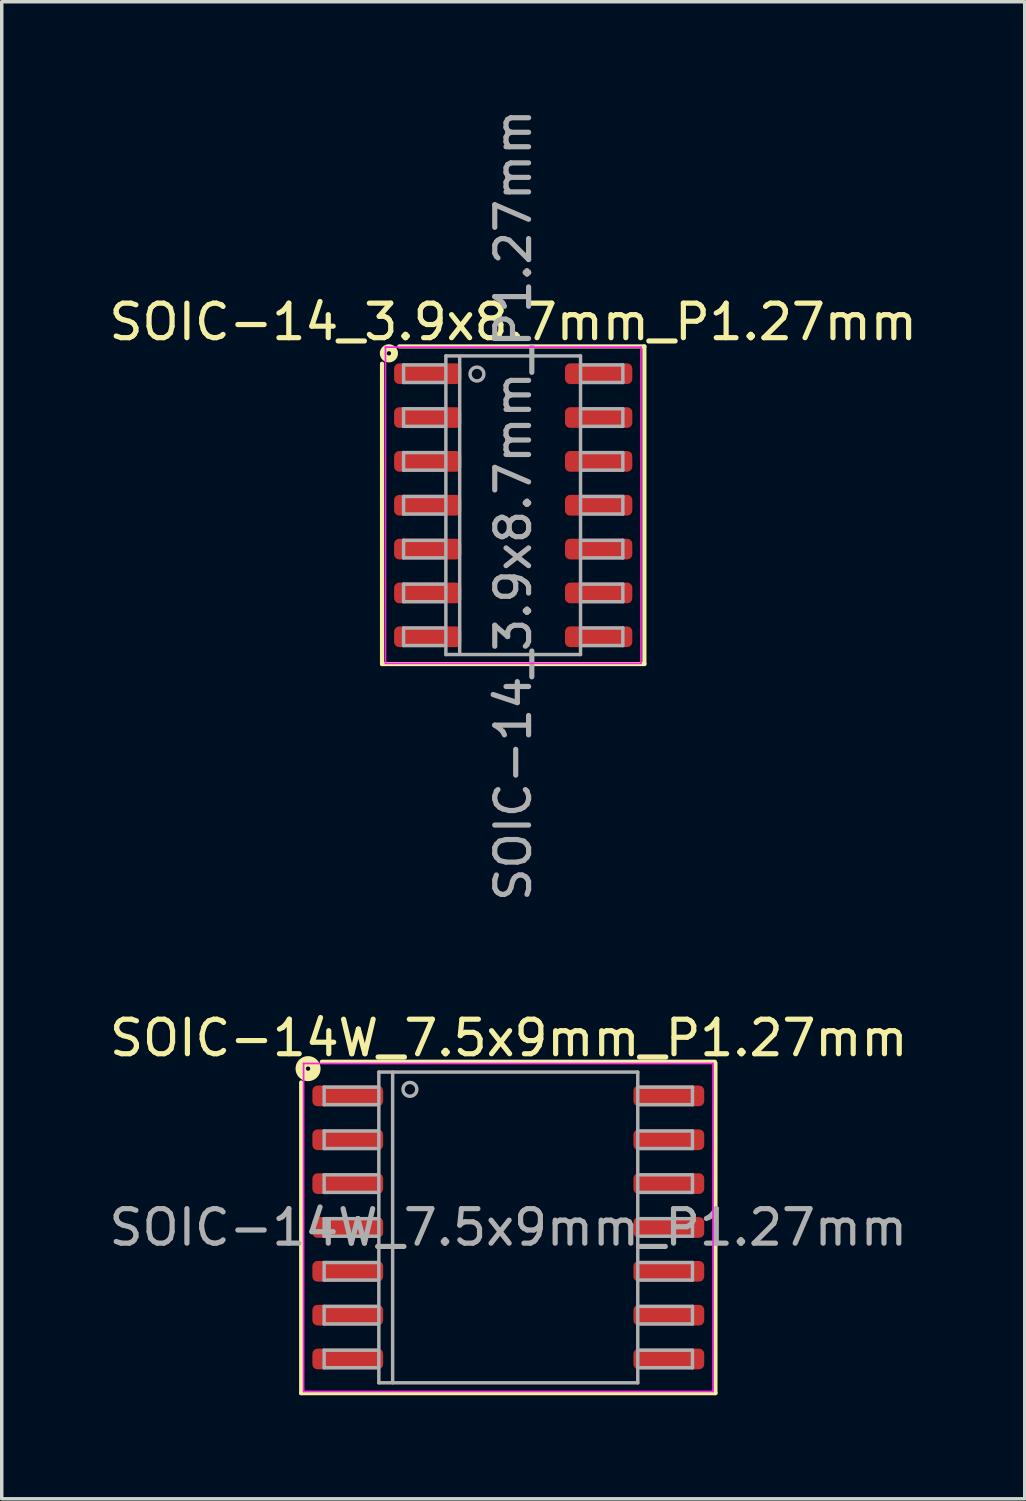
<source format=kicad_pcb>
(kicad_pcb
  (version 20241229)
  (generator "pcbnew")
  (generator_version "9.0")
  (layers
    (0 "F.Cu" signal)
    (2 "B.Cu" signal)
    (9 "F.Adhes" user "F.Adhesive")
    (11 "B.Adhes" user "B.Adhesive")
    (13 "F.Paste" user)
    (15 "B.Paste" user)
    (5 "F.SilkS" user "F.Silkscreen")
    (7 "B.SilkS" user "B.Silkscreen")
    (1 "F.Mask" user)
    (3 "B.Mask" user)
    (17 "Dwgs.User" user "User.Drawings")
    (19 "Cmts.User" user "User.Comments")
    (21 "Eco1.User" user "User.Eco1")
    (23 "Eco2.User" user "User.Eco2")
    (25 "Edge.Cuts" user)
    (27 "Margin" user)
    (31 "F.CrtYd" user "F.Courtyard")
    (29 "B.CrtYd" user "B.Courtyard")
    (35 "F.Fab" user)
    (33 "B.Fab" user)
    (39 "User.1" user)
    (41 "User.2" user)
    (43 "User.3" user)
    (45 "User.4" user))
  (footprint "SOIC-14_3.9x8.7mm_P1.27mm"
    (layer "F.Cu")
    (at 11.815 11.584)
    (property "Reference" "SOIC-14_3.9x8.7mm_P1.27mm" (at 0 -5.308 0) (layer "F.SilkS") (effects (font (size 1 1) (thickness 0.15))))
    (attr smd)
    (fp_line (start -3.8 -4.1) (end -3.8 4.6) (stroke (width 0.12) (type solid)) (layer "F.SilkS"))
    (fp_line (start -3.8 4.6) (end 3.8 4.6) (stroke (width 0.12) (type solid)) (layer "F.SilkS"))
    (fp_line (start 3.8 -4.6) (end -3.3 -4.6) (stroke (width 0.12) (type solid)) (layer "F.SilkS"))
    (fp_line (start 3.8 4.6) (end 3.8 -4.6) (stroke (width 0.12) (type solid)) (layer "F.SilkS"))
    (fp_circle (center -3.6 -4.4) (end -3.537 -4.4) (stroke (width 0.2) (type solid)) (fill no) (layer "F.SilkS"))
    (fp_line (start -3.7 -4.58) (end -3.7 4.58) (stroke (width 0.05) (type solid)) (layer "F.CrtYd"))
    (fp_line (start -3.7 4.58) (end 3.7 4.58) (stroke (width 0.05) (type solid)) (layer "F.CrtYd"))
    (fp_line (start 3.7 -4.58) (end -3.7 -4.58) (stroke (width 0.05) (type solid)) (layer "F.CrtYd"))
    (fp_line (start 3.7 4.58) (end 3.7 -4.58) (stroke (width 0.05) (type solid)) (layer "F.CrtYd"))
    (fp_line (start -3.175 -4.064) (end -3.175 -3.556) (stroke (width 0.1) (type solid)) (layer "F.Fab"))
    (fp_line (start -3.175 -4.064) (end -1.968 -4.064) (stroke (width 0.1) (type solid)) (layer "F.Fab"))
    (fp_line (start -3.175 -3.556) (end -1.968 -3.556) (stroke (width 0.1) (type solid)) (layer "F.Fab"))
    (fp_line (start -3.175 -2.794) (end -3.175 -2.286) (stroke (width 0.1) (type solid)) (layer "F.Fab"))
    (fp_line (start -3.175 -2.794) (end -1.968 -2.794) (stroke (width 0.1) (type solid)) (layer "F.Fab"))
    (fp_line (start -3.175 -2.286) (end -1.968 -2.286) (stroke (width 0.1) (type solid)) (layer "F.Fab"))
    (fp_line (start -3.175 -1.524) (end -3.175 -1.016) (stroke (width 0.1) (type solid)) (layer "F.Fab"))
    (fp_line (start -3.175 -1.524) (end -1.968 -1.524) (stroke (width 0.1) (type solid)) (layer "F.Fab"))
    (fp_line (start -3.175 -1.016) (end -1.968 -1.016) (stroke (width 0.1) (type solid)) (layer "F.Fab"))
    (fp_line (start -3.175 -0.254) (end -3.175 0.254) (stroke (width 0.1) (type solid)) (layer "F.Fab"))
    (fp_line (start -3.175 -0.254) (end -1.968 -0.254) (stroke (width 0.1) (type solid)) (layer "F.Fab"))
    (fp_line (start -3.175 0.254) (end -1.968 0.254) (stroke (width 0.1) (type solid)) (layer "F.Fab"))
    (fp_line (start -3.175 1.016) (end -3.175 1.524) (stroke (width 0.1) (type solid)) (layer "F.Fab"))
    (fp_line (start -3.175 1.016) (end -1.968 1.016) (stroke (width 0.1) (type solid)) (layer "F.Fab"))
    (fp_line (start -3.175 1.524) (end -1.968 1.524) (stroke (width 0.1) (type solid)) (layer "F.Fab"))
    (fp_line (start -3.175 2.286) (end -3.175 2.794) (stroke (width 0.1) (type solid)) (layer "F.Fab"))
    (fp_line (start -3.175 2.286) (end -1.968 2.286) (stroke (width 0.1) (type solid)) (layer "F.Fab"))
    (fp_line (start -3.175 2.794) (end -1.968 2.794) (stroke (width 0.1) (type solid)) (layer "F.Fab"))
    (fp_line (start -3.175 3.556) (end -3.175 4.064) (stroke (width 0.1) (type solid)) (layer "F.Fab"))
    (fp_line (start -3.175 3.556) (end -1.968 3.556) (stroke (width 0.1) (type solid)) (layer "F.Fab"))
    (fp_line (start -3.175 4.064) (end -1.968 4.064) (stroke (width 0.1) (type solid)) (layer "F.Fab"))
    (fp_line (start -1.95 -4.325) (end 1.95 -4.325) (stroke (width 0.1) (type solid)) (layer "F.Fab"))
    (fp_line (start -1.95 4.325) (end -1.95 -4.325) (stroke (width 0.1) (type solid)) (layer "F.Fab"))
    (fp_line (start -1.55 -4.3) (end -1.55 4.3) (stroke (width 0.1) (type solid)) (layer "F.Fab"))
    (fp_line (start 1.95 -4.325) (end 1.95 4.325) (stroke (width 0.1) (type solid)) (layer "F.Fab"))
    (fp_line (start 1.95 4.325) (end -1.95 4.325) (stroke (width 0.1) (type solid)) (layer "F.Fab"))
    (fp_line (start 3.175 -4.064) (end 1.968 -4.064) (stroke (width 0.1) (type solid)) (layer "F.Fab"))
    (fp_line (start 3.175 -3.556) (end 1.968 -3.556) (stroke (width 0.1) (type solid)) (layer "F.Fab"))
    (fp_line (start 3.175 -3.556) (end 3.175 -4.064) (stroke (width 0.1) (type solid)) (layer "F.Fab"))
    (fp_line (start 3.175 -2.794) (end 1.968 -2.794) (stroke (width 0.1) (type solid)) (layer "F.Fab"))
    (fp_line (start 3.175 -2.286) (end 1.968 -2.286) (stroke (width 0.1) (type solid)) (layer "F.Fab"))
    (fp_line (start 3.175 -2.286) (end 3.175 -2.794) (stroke (width 0.1) (type solid)) (layer "F.Fab"))
    (fp_line (start 3.175 -1.524) (end 1.968 -1.524) (stroke (width 0.1) (type solid)) (layer "F.Fab"))
    (fp_line (start 3.175 -1.016) (end 1.968 -1.016) (stroke (width 0.1) (type solid)) (layer "F.Fab"))
    (fp_line (start 3.175 -1.016) (end 3.175 -1.524) (stroke (width 0.1) (type solid)) (layer "F.Fab"))
    (fp_line (start 3.175 -0.254) (end 1.968 -0.254) (stroke (width 0.1) (type solid)) (layer "F.Fab"))
    (fp_line (start 3.175 0.254) (end 1.968 0.254) (stroke (width 0.1) (type solid)) (layer "F.Fab"))
    (fp_line (start 3.175 0.254) (end 3.175 -0.254) (stroke (width 0.1) (type solid)) (layer "F.Fab"))
    (fp_line (start 3.175 1.016) (end 1.968 1.016) (stroke (width 0.1) (type solid)) (layer "F.Fab"))
    (fp_line (start 3.175 1.524) (end 1.968 1.524) (stroke (width 0.1) (type solid)) (layer "F.Fab"))
    (fp_line (start 3.175 1.524) (end 3.175 1.016) (stroke (width 0.1) (type solid)) (layer "F.Fab"))
    (fp_line (start 3.175 2.286) (end 1.968 2.286) (stroke (width 0.1) (type solid)) (layer "F.Fab"))
    (fp_line (start 3.175 2.794) (end 1.968 2.794) (stroke (width 0.1) (type solid)) (layer "F.Fab"))
    (fp_line (start 3.175 2.794) (end 3.175 2.286) (stroke (width 0.1) (type solid)) (layer "F.Fab"))
    (fp_line (start 3.175 3.556) (end 1.968 3.556) (stroke (width 0.1) (type solid)) (layer "F.Fab"))
    (fp_line (start 3.175 4.064) (end 1.968 4.064) (stroke (width 0.1) (type solid)) (layer "F.Fab"))
    (fp_line (start 3.175 4.064) (end 3.175 3.556) (stroke (width 0.1) (type solid)) (layer "F.Fab"))
    (fp_circle (center -1.05 -3.8) (end -0.85 -3.8) (stroke (width 0.1) (type solid)) (fill no) (layer "F.Fab"))
    (fp_text user "${REFERENCE}" (at 0 0 90) (layer "F.Fab") (effects (font (size 0.98 0.98) (thickness 0.15))))
    (pad "1" smd roundrect (at -2.475 -3.81) (size 1.95 0.6) (layers "F.Cu" "F.Mask" "F.Paste") (roundrect_rratio 0.25))
    (pad "2" smd roundrect (at -2.475 -2.54) (size 1.95 0.6) (layers "F.Cu" "F.Mask" "F.Paste") (roundrect_rratio 0.25))
    (pad "3" smd roundrect (at -2.475 -1.27) (size 1.95 0.6) (layers "F.Cu" "F.Mask" "F.Paste") (roundrect_rratio 0.25))
    (pad "4" smd roundrect (at -2.475 0) (size 1.95 0.6) (layers "F.Cu" "F.Mask" "F.Paste") (roundrect_rratio 0.25))
    (pad "5" smd roundrect (at -2.475 1.27) (size 1.95 0.6) (layers "F.Cu" "F.Mask" "F.Paste") (roundrect_rratio 0.25))
    (pad "6" smd roundrect (at -2.475 2.54) (size 1.95 0.6) (layers "F.Cu" "F.Mask" "F.Paste") (roundrect_rratio 0.25))
    (pad "7" smd roundrect (at -2.475 3.81) (size 1.95 0.6) (layers "F.Cu" "F.Mask" "F.Paste") (roundrect_rratio 0.25))
    (pad "8" smd roundrect (at 2.475 3.81) (size 1.95 0.6) (layers "F.Cu" "F.Mask" "F.Paste") (roundrect_rratio 0.25))
    (pad "9" smd roundrect (at 2.475 2.54) (size 1.95 0.6) (layers "F.Cu" "F.Mask" "F.Paste") (roundrect_rratio 0.25))
    (pad "10" smd roundrect (at 2.475 1.27) (size 1.95 0.6) (layers "F.Cu" "F.Mask" "F.Paste") (roundrect_rratio 0.25))
    (pad "11" smd roundrect (at 2.475 0) (size 1.95 0.6) (layers "F.Cu" "F.Mask" "F.Paste") (roundrect_rratio 0.25))
    (pad "12" smd roundrect (at 2.475 -1.27) (size 1.95 0.6) (layers "F.Cu" "F.Mask" "F.Paste") (roundrect_rratio 0.25))
    (pad "13" smd roundrect (at 2.475 -2.54) (size 1.95 0.6) (layers "F.Cu" "F.Mask" "F.Paste") (roundrect_rratio 0.25))
    (pad "14" smd roundrect (at 2.475 -3.81) (size 1.95 0.6) (layers "F.Cu" "F.Mask" "F.Paste") (roundrect_rratio 0.25)))
  (footprint "SOIC-14W_7.5x9mm_P1.27mm"
    (layer "F.Cu")
    (at 11.673 32.503)
    (property "Reference" "SOIC-14W_7.5x9mm_P1.27mm" (at 0.014 -5.487 0) (layer "F.SilkS") (effects (font (size 1 1) (thickness 0.15))))
    (attr smd)
    (fp_line (start -6 -4.2) (end -6 4.8) (stroke (width 0.12) (type solid)) (layer "F.SilkS"))
    (fp_line (start -6 4.8) (end 6 4.8) (stroke (width 0.12) (type solid)) (layer "F.SilkS"))
    (fp_line (start 5.983 -4.8) (end -5.4 -4.8) (stroke (width 0.12) (type solid)) (layer "F.SilkS"))
    (fp_line (start 6 4.8) (end 6 -4.763) (stroke (width 0.12) (type solid)) (layer "F.SilkS"))
    (fp_circle (center -5.8 -4.6) (end -5.737 -4.6) (stroke (width 0.3) (type solid)) (fill no) (layer "F.SilkS"))
    (fp_line (start -5.93 -4.75) (end -5.93 4.75) (stroke (width 0.05) (type solid)) (layer "F.CrtYd"))
    (fp_line (start -5.93 4.75) (end 5.93 4.75) (stroke (width 0.05) (type solid)) (layer "F.CrtYd"))
    (fp_line (start 5.93 -4.75) (end -5.93 -4.75) (stroke (width 0.05) (type solid)) (layer "F.CrtYd"))
    (fp_line (start 5.93 4.75) (end 5.93 -4.75) (stroke (width 0.05) (type solid)) (layer "F.CrtYd"))
    (fp_line (start -5.334 -4.064) (end -5.334 -3.556) (stroke (width 0.1) (type solid)) (layer "F.Fab"))
    (fp_line (start -5.334 -4.064) (end -3.81 -4.064) (stroke (width 0.1) (type solid)) (layer "F.Fab"))
    (fp_line (start -5.334 -3.556) (end -3.81 -3.556) (stroke (width 0.1) (type solid)) (layer "F.Fab"))
    (fp_line (start -5.334 -2.794) (end -5.334 -2.286) (stroke (width 0.1) (type solid)) (layer "F.Fab"))
    (fp_line (start -5.334 -2.794) (end -3.81 -2.794) (stroke (width 0.1) (type solid)) (layer "F.Fab"))
    (fp_line (start -5.334 -2.286) (end -3.81 -2.286) (stroke (width 0.1) (type solid)) (layer "F.Fab"))
    (fp_line (start -5.334 -1.524) (end -5.334 -1.016) (stroke (width 0.1) (type solid)) (layer "F.Fab"))
    (fp_line (start -5.334 -1.524) (end -3.81 -1.524) (stroke (width 0.1) (type solid)) (layer "F.Fab"))
    (fp_line (start -5.334 -1.016) (end -3.81 -1.016) (stroke (width 0.1) (type solid)) (layer "F.Fab"))
    (fp_line (start -5.334 -0.254) (end -5.334 0.254) (stroke (width 0.1) (type solid)) (layer "F.Fab"))
    (fp_line (start -5.334 -0.254) (end -3.81 -0.254) (stroke (width 0.1) (type solid)) (layer "F.Fab"))
    (fp_line (start -5.334 0.254) (end -3.81 0.254) (stroke (width 0.1) (type solid)) (layer "F.Fab"))
    (fp_line (start -5.334 1.016) (end -5.334 1.524) (stroke (width 0.1) (type solid)) (layer "F.Fab"))
    (fp_line (start -5.334 1.016) (end -3.81 1.016) (stroke (width 0.1) (type solid)) (layer "F.Fab"))
    (fp_line (start -5.334 1.524) (end -3.81 1.524) (stroke (width 0.1) (type solid)) (layer "F.Fab"))
    (fp_line (start -5.334 2.286) (end -5.334 2.794) (stroke (width 0.1) (type solid)) (layer "F.Fab"))
    (fp_line (start -5.334 2.286) (end -3.81 2.286) (stroke (width 0.1) (type solid)) (layer "F.Fab"))
    (fp_line (start -5.334 2.794) (end -3.81 2.794) (stroke (width 0.1) (type solid)) (layer "F.Fab"))
    (fp_line (start -5.334 3.556) (end -5.334 4.064) (stroke (width 0.1) (type solid)) (layer "F.Fab"))
    (fp_line (start -5.334 3.556) (end -3.81 3.556) (stroke (width 0.1) (type solid)) (layer "F.Fab"))
    (fp_line (start -5.334 4.064) (end -3.81 4.064) (stroke (width 0.1) (type solid)) (layer "F.Fab"))
    (fp_line (start -3.75 -4.5) (end 3.75 -4.5) (stroke (width 0.1) (type solid)) (layer "F.Fab"))
    (fp_line (start -3.75 4.5) (end -3.75 -4.5) (stroke (width 0.1) (type solid)) (layer "F.Fab"))
    (fp_line (start -3.35 -4.5) (end -3.35 4.5) (stroke (width 0.1) (type solid)) (layer "F.Fab"))
    (fp_line (start 3.75 -4.5) (end 3.75 4.5) (stroke (width 0.1) (type solid)) (layer "F.Fab"))
    (fp_line (start 3.75 4.5) (end -3.75 4.5) (stroke (width 0.1) (type solid)) (layer "F.Fab"))
    (fp_line (start 5.334 -4.064) (end 3.81 -4.064) (stroke (width 0.1) (type solid)) (layer "F.Fab"))
    (fp_line (start 5.334 -3.556) (end 3.81 -3.556) (stroke (width 0.1) (type solid)) (layer "F.Fab"))
    (fp_line (start 5.334 -3.556) (end 5.334 -4.064) (stroke (width 0.1) (type solid)) (layer "F.Fab"))
    (fp_line (start 5.334 -2.794) (end 3.81 -2.794) (stroke (width 0.1) (type solid)) (layer "F.Fab"))
    (fp_line (start 5.334 -2.286) (end 3.81 -2.286) (stroke (width 0.1) (type solid)) (layer "F.Fab"))
    (fp_line (start 5.334 -2.286) (end 5.334 -2.794) (stroke (width 0.1) (type solid)) (layer "F.Fab"))
    (fp_line (start 5.334 -1.524) (end 3.81 -1.524) (stroke (width 0.1) (type solid)) (layer "F.Fab"))
    (fp_line (start 5.334 -1.016) (end 3.81 -1.016) (stroke (width 0.1) (type solid)) (layer "F.Fab"))
    (fp_line (start 5.334 -1.016) (end 5.334 -1.524) (stroke (width 0.1) (type solid)) (layer "F.Fab"))
    (fp_line (start 5.334 -0.254) (end 3.81 -0.254) (stroke (width 0.1) (type solid)) (layer "F.Fab"))
    (fp_line (start 5.334 0.254) (end 3.81 0.254) (stroke (width 0.1) (type solid)) (layer "F.Fab"))
    (fp_line (start 5.334 0.254) (end 5.334 -0.254) (stroke (width 0.1) (type solid)) (layer "F.Fab"))
    (fp_line (start 5.334 1.016) (end 3.81 1.016) (stroke (width 0.1) (type solid)) (layer "F.Fab"))
    (fp_line (start 5.334 1.524) (end 3.81 1.524) (stroke (width 0.1) (type solid)) (layer "F.Fab"))
    (fp_line (start 5.334 1.524) (end 5.334 1.016) (stroke (width 0.1) (type solid)) (layer "F.Fab"))
    (fp_line (start 5.334 2.286) (end 3.81 2.286) (stroke (width 0.1) (type solid)) (layer "F.Fab"))
    (fp_line (start 5.334 2.794) (end 3.81 2.794) (stroke (width 0.1) (type solid)) (layer "F.Fab"))
    (fp_line (start 5.334 2.794) (end 5.334 2.286) (stroke (width 0.1) (type solid)) (layer "F.Fab"))
    (fp_line (start 5.334 3.556) (end 3.81 3.556) (stroke (width 0.1) (type solid)) (layer "F.Fab"))
    (fp_line (start 5.334 4.064) (end 3.81 4.064) (stroke (width 0.1) (type solid)) (layer "F.Fab"))
    (fp_line (start 5.334 4.064) (end 5.334 3.556) (stroke (width 0.1) (type solid)) (layer "F.Fab"))
    (fp_circle (center -2.85 -4) (end -2.65 -4) (stroke (width 0.1) (type solid)) (fill no) (layer "F.Fab"))
    (fp_text user "${REFERENCE}" (at 0 0 0) (layer "F.Fab") (effects (font (size 1 1) (thickness 0.15))))
    (pad "1" smd roundrect (at -4.65 -3.81) (size 2.05 0.6) (layers "F.Cu" "F.Mask" "F.Paste") (roundrect_rratio 0.25))
    (pad "2" smd roundrect (at -4.65 -2.54) (size 2.05 0.6) (layers "F.Cu" "F.Mask" "F.Paste") (roundrect_rratio 0.25))
    (pad "3" smd roundrect (at -4.65 -1.27) (size 2.05 0.6) (layers "F.Cu" "F.Mask" "F.Paste") (roundrect_rratio 0.25))
    (pad "4" smd roundrect (at -4.65 0) (size 2.05 0.6) (layers "F.Cu" "F.Mask" "F.Paste") (roundrect_rratio 0.25))
    (pad "5" smd roundrect (at -4.65 1.27) (size 2.05 0.6) (layers "F.Cu" "F.Mask" "F.Paste") (roundrect_rratio 0.25))
    (pad "6" smd roundrect (at -4.65 2.54) (size 2.05 0.6) (layers "F.Cu" "F.Mask" "F.Paste") (roundrect_rratio 0.25))
    (pad "7" smd roundrect (at -4.65 3.81) (size 2.05 0.6) (layers "F.Cu" "F.Mask" "F.Paste") (roundrect_rratio 0.25))
    (pad "8" smd roundrect (at 4.65 3.81) (size 2.05 0.6) (layers "F.Cu" "F.Mask" "F.Paste") (roundrect_rratio 0.25))
    (pad "9" smd roundrect (at 4.65 2.54) (size 2.05 0.6) (layers "F.Cu" "F.Mask" "F.Paste") (roundrect_rratio 0.25))
    (pad "10" smd roundrect (at 4.65 1.27) (size 2.05 0.6) (layers "F.Cu" "F.Mask" "F.Paste") (roundrect_rratio 0.25))
    (pad "11" smd roundrect (at 4.65 0) (size 2.05 0.6) (layers "F.Cu" "F.Mask" "F.Paste") (roundrect_rratio 0.25))
    (pad "12" smd roundrect (at 4.65 -1.27) (size 2.05 0.6) (layers "F.Cu" "F.Mask" "F.Paste") (roundrect_rratio 0.25))
    (pad "13" smd roundrect (at 4.65 -2.54) (size 2.05 0.6) (layers "F.Cu" "F.Mask" "F.Paste") (roundrect_rratio 0.25))
    (pad "14" smd roundrect (at 4.65 -3.81) (size 2.05 0.6) (layers "F.Cu" "F.Mask" "F.Paste") (roundrect_rratio 0.25)))
  (gr_rect
    (start -3 -3)
    (end 26.631 40.363)
    (stroke (width 0.1) (type default))
    (fill no)
    (layer "Edge.Cuts")))
</source>
